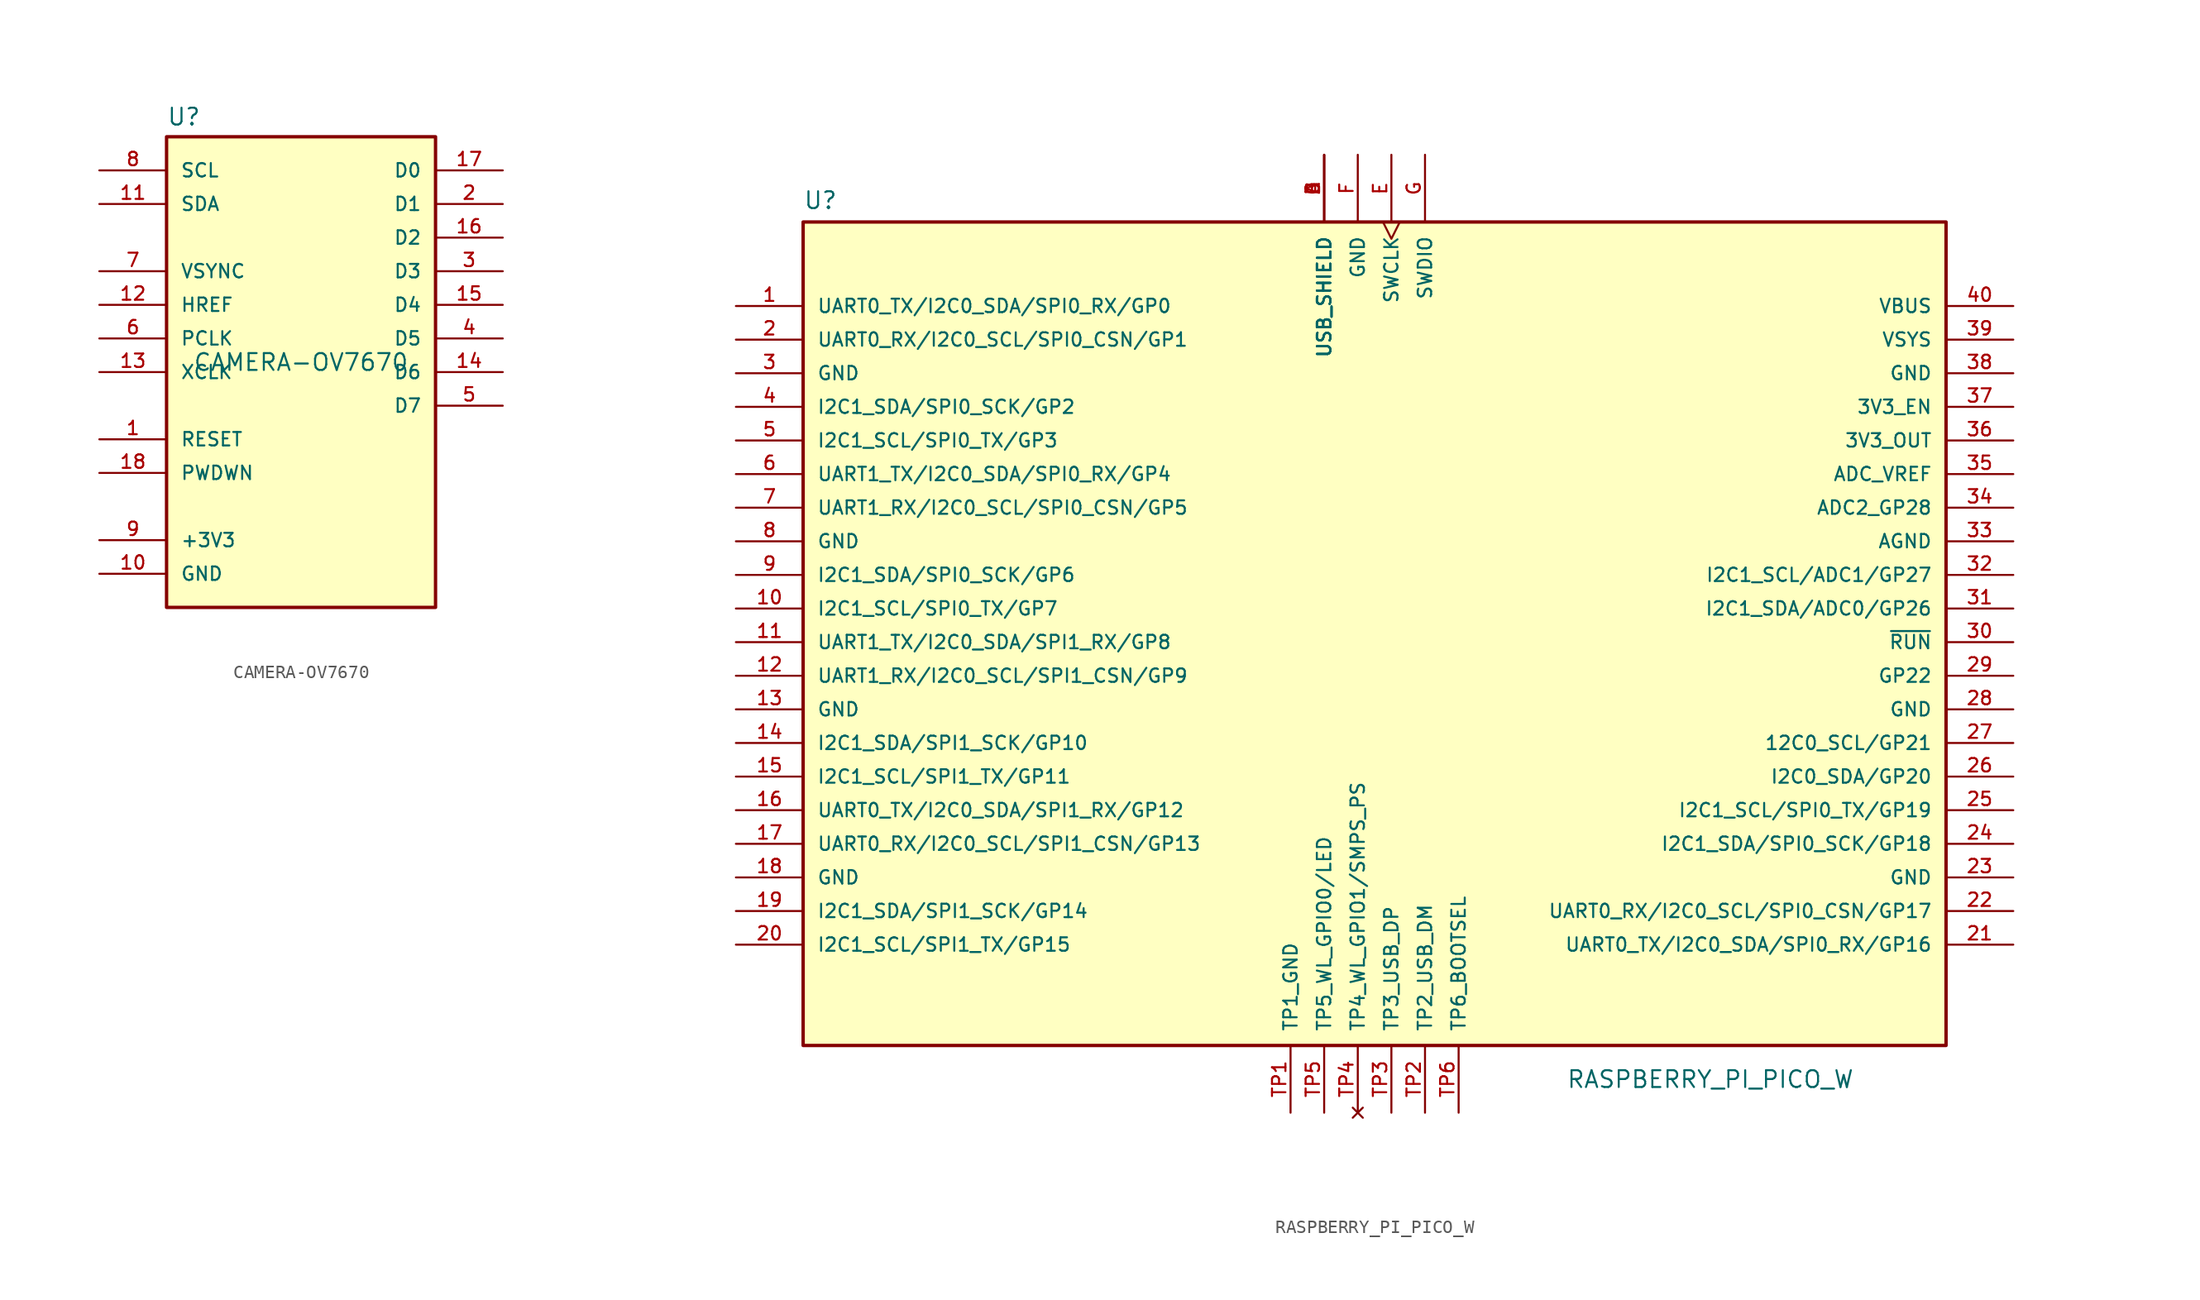
<source format=kicad_sym>
(kicad_symbol_lib
  (version 20231120)
  (generator "kicad_symbol_editor")
  (generator_version "8.0")
  (symbol "CAMERA-OV7670"
    (pin_names
      (offset 1.016))
    (property "Reference" "U"
      (at -10.16 18.542 0)
      (effects (font (size 1.27 1.27)) (justify left bottom)))
    (property "Value" "CAMERA-OV7670"
      (at 0 0 0)
      (effects (font (size 1.27 1.27)) (justify bottom)))
    (symbol "CAMERA-OV7670_0_0"
      (rectangle (start -10.16 -17.78) (end 10.16 17.78) (stroke (width 0.254) (type default)) (fill (type background))))
    (symbol "CAMERA-OV7670_1_0"
      (pin bidirectional line (at -15.24 -5.08 0) (length 5.08) (name "RESET" (effects (font (size 1.016 1.016)))) (number "1" (effects (font (size 1.016 1.016)))))
      (pin power_in line (at -15.24 -15.24 0) (length 5.08) (name "GND" (effects (font (size 1.016 1.016)))) (number "10" (effects (font (size 1.016 1.016)))))
      (pin bidirectional line (at -15.24 12.7 0) (length 5.08) (name "SDA" (effects (font (size 1.016 1.016)))) (number "11" (effects (font (size 1.016 1.016)))))
      (pin bidirectional line (at -15.24 5.08 0) (length 5.08) (name "HREF" (effects (font (size 1.016 1.016)))) (number "12" (effects (font (size 1.016 1.016)))))
      (pin bidirectional line (at -15.24 0 0) (length 5.08) (name "XCLK" (effects (font (size 1.016 1.016)))) (number "13" (effects (font (size 1.016 1.016)))))
      (pin bidirectional line (at 15.24 0 180) (length 5.08) (name "D6" (effects (font (size 1.016 1.016)))) (number "14" (effects (font (size 1.016 1.016)))))
      (pin bidirectional line (at 15.24 5.08 180) (length 5.08) (name "D4" (effects (font (size 1.016 1.016)))) (number "15" (effects (font (size 1.016 1.016)))))
      (pin bidirectional line (at 15.24 10.16 180) (length 5.08) (name "D2" (effects (font (size 1.016 1.016)))) (number "16" (effects (font (size 1.016 1.016)))))
      (pin bidirectional line (at 15.24 15.24 180) (length 5.08) (name "D0" (effects (font (size 1.016 1.016)))) (number "17" (effects (font (size 1.016 1.016)))))
      (pin bidirectional line (at -15.24 -7.62 0) (length 5.08) (name "PWDWN" (effects (font (size 1.016 1.016)))) (number "18" (effects (font (size 1.016 1.016)))))
      (pin bidirectional line (at 15.24 12.7 180) (length 5.08) (name "D1" (effects (font (size 1.016 1.016)))) (number "2" (effects (font (size 1.016 1.016)))))
      (pin bidirectional line (at 15.24 7.62 180) (length 5.08) (name "D3" (effects (font (size 1.016 1.016)))) (number "3" (effects (font (size 1.016 1.016)))))
      (pin bidirectional line (at 15.24 2.54 180) (length 5.08) (name "D5" (effects (font (size 1.016 1.016)))) (number "4" (effects (font (size 1.016 1.016)))))
      (pin bidirectional line (at 15.24 -2.54 180) (length 5.08) (name "D7" (effects (font (size 1.016 1.016)))) (number "5" (effects (font (size 1.016 1.016)))))
      (pin bidirectional line (at -15.24 2.54 0) (length 5.08) (name "PCLK" (effects (font (size 1.016 1.016)))) (number "6" (effects (font (size 1.016 1.016)))))
      (pin bidirectional line (at -15.24 7.62 0) (length 5.08) (name "VSYNC" (effects (font (size 1.016 1.016)))) (number "7" (effects (font (size 1.016 1.016)))))
      (pin bidirectional line (at -15.24 15.24 0) (length 5.08) (name "SCL" (effects (font (size 1.016 1.016)))) (number "8" (effects (font (size 1.016 1.016)))))
      (pin power_in line (at -15.24 -12.7 0) (length 5.08) (name "+3V3" (effects (font (size 1.016 1.016)))) (number "9" (effects (font (size 1.016 1.016)))))))
  (symbol "RASPBERRY_PI_PICO_W"
    (pin_names
      (offset 1.016))
    (property "Reference" "U"
      (at -43.18 32.639 0)
      (effects (font (size 1.27 1.27)) (justify left bottom)))
    (property "Value" "RASPBERRY_PI_PICO_W"
      (at 14.478 -33.782 0)
      (effects (font (size 1.27 1.27)) (justify left bottom)))
    (symbol "RASPBERRY_PI_PICO_W_0_0"
      (rectangle (start -43.18 31.75) (end 43.18 -30.48) (stroke (width 0.254) (type default)) (fill (type background)))
      (pin bidirectional line (at -48.26 25.4 0) (length 5.08) (name "UART0_TX/I2C0_SDA/SPI0_RX/GP0" (effects (font (size 1.016 1.016)))) (number "1" (effects (font (size 1.016 1.016)))))
      (pin bidirectional line (at -48.26 2.54 0) (length 5.08) (name "I2C1_SCL/SPI0_TX/GP7" (effects (font (size 1.016 1.016)))) (number "10" (effects (font (size 1.016 1.016)))))
      (pin bidirectional line (at -48.26 0 0) (length 5.08) (name "UART1_TX/I2C0_SDA/SPI1_RX/GP8" (effects (font (size 1.016 1.016)))) (number "11" (effects (font (size 1.016 1.016)))))
      (pin bidirectional line (at -48.26 -2.54 0) (length 5.08) (name "UART1_RX/I2C0_SCL/SPI1_CSN/GP9" (effects (font (size 1.016 1.016)))) (number "12" (effects (font (size 1.016 1.016)))))
      (pin power_in line (at -48.26 -5.08 0) (length 5.08) (name "GND" (effects (font (size 1.016 1.016)))) (number "13" (effects (font (size 1.016 1.016)))))
      (pin bidirectional line (at -48.26 -7.62 0) (length 5.08) (name "I2C1_SDA/SPI1_SCK/GP10" (effects (font (size 1.016 1.016)))) (number "14" (effects (font (size 1.016 1.016)))))
      (pin bidirectional line (at -48.26 -10.16 0) (length 5.08) (name "I2C1_SCL/SPI1_TX/GP11" (effects (font (size 1.016 1.016)))) (number "15" (effects (font (size 1.016 1.016)))))
      (pin bidirectional line (at -48.26 -12.7 0) (length 5.08) (name "UART0_TX/I2C0_SDA/SPI1_RX/GP12" (effects (font (size 1.016 1.016)))) (number "16" (effects (font (size 1.016 1.016)))))
      (pin bidirectional line (at -48.26 -15.24 0) (length 5.08) (name "UART0_RX/I2C0_SCL/SPI1_CSN/GP13" (effects (font (size 1.016 1.016)))) (number "17" (effects (font (size 1.016 1.016)))))
      (pin bidirectional line (at -48.26 -20.32 0) (length 5.08) (name "I2C1_SDA/SPI1_SCK/GP14" (effects (font (size 1.016 1.016)))) (number "19" (effects (font (size 1.016 1.016)))))
      (pin bidirectional line (at -48.26 22.86 0) (length 5.08) (name "UART0_RX/I2C0_SCL/SPI0_CSN/GP1" (effects (font (size 1.016 1.016)))) (number "2" (effects (font (size 1.016 1.016)))))
      (pin bidirectional line (at -48.26 -22.86 0) (length 5.08) (name "I2C1_SCL/SPI1_TX/GP15" (effects (font (size 1.016 1.016)))) (number "20" (effects (font (size 1.016 1.016)))))
      (pin bidirectional line (at 48.26 -22.86 180) (length 5.08) (name "UART0_TX/I2C0_SDA/SPI0_RX/GP16" (effects (font (size 1.016 1.016)))) (number "21" (effects (font (size 1.016 1.016)))))
      (pin bidirectional line (at 48.26 -20.32 180) (length 5.08) (name "UART0_RX/I2C0_SCL/SPI0_CSN/GP17" (effects (font (size 1.016 1.016)))) (number "22" (effects (font (size 1.016 1.016)))))
      (pin power_in line (at 48.26 -17.78 180) (length 5.08) (name "GND" (effects (font (size 1.016 1.016)))) (number "23" (effects (font (size 1.016 1.016)))))
      (pin bidirectional line (at 48.26 -15.24 180) (length 5.08) (name "I2C1_SDA/SPI0_SCK/GP18" (effects (font (size 1.016 1.016)))) (number "24" (effects (font (size 1.016 1.016)))))
      (pin bidirectional line (at 48.26 -12.7 180) (length 5.08) (name "I2C1_SCL/SPI0_TX/GP19" (effects (font (size 1.016 1.016)))) (number "25" (effects (font (size 1.016 1.016)))))
      (pin bidirectional line (at 48.26 -10.16 180) (length 5.08) (name "I2C0_SDA/GP20" (effects (font (size 1.016 1.016)))) (number "26" (effects (font (size 1.016 1.016)))))
      (pin bidirectional line (at 48.26 -7.62 180) (length 5.08) (name "12C0_SCL/GP21" (effects (font (size 1.016 1.016)))) (number "27" (effects (font (size 1.016 1.016)))))
      (pin power_in line (at 48.26 -5.08 180) (length 5.08) (name "GND" (effects (font (size 1.016 1.016)))) (number "28" (effects (font (size 1.016 1.016)))))
      (pin bidirectional line (at 48.26 -2.54 180) (length 5.08) (name "GP22" (effects (font (size 1.016 1.016)))) (number "29" (effects (font (size 1.016 1.016)))))
      (pin power_in line (at -48.26 20.32 0) (length 5.08) (name "GND" (effects (font (size 1.016 1.016)))) (number "3" (effects (font (size 1.016 1.016)))))
      (pin input line (at 48.26 0 180) (length 5.08) (name "~{RUN}" (effects (font (size 1.016 1.016)))) (number "30" (effects (font (size 1.016 1.016)))))
      (pin bidirectional line (at 48.26 2.54 180) (length 5.08) (name "I2C1_SDA/ADC0/GP26" (effects (font (size 1.016 1.016)))) (number "31" (effects (font (size 1.016 1.016)))))
      (pin bidirectional line (at 48.26 5.08 180) (length 5.08) (name "I2C1_SCL/ADC1/GP27" (effects (font (size 1.016 1.016)))) (number "32" (effects (font (size 1.016 1.016)))))
      (pin power_in line (at 48.26 7.62 180) (length 5.08) (name "AGND" (effects (font (size 1.016 1.016)))) (number "33" (effects (font (size 1.016 1.016)))))
      (pin bidirectional line (at 48.26 10.16 180) (length 5.08) (name "ADC2_GP28" (effects (font (size 1.016 1.016)))) (number "34" (effects (font (size 1.016 1.016)))))
      (pin power_in line (at 48.26 12.7 180) (length 5.08) (name "ADC_VREF" (effects (font (size 1.016 1.016)))) (number "35" (effects (font (size 1.016 1.016)))))
      (pin input line (at 48.26 17.78 180) (length 5.08) (name "3V3_EN" (effects (font (size 1.016 1.016)))) (number "37" (effects (font (size 1.016 1.016)))))
      (pin power_in line (at 48.26 20.32 180) (length 5.08) (name "GND" (effects (font (size 1.016 1.016)))) (number "38" (effects (font (size 1.016 1.016)))))
      (pin power_in line (at 48.26 22.86 180) (length 5.08) (name "VSYS" (effects (font (size 1.016 1.016)))) (number "39" (effects (font (size 1.016 1.016)))))
      (pin bidirectional line (at -48.26 17.78 0) (length 5.08) (name "I2C1_SDA/SPI0_SCK/GP2" (effects (font (size 1.016 1.016)))) (number "4" (effects (font (size 1.016 1.016)))))
      (pin power_in line (at 48.26 25.4 180) (length 5.08) (name "VBUS" (effects (font (size 1.016 1.016)))) (number "40" (effects (font (size 1.016 1.016)))))
      (pin bidirectional line (at -48.26 15.24 0) (length 5.08) (name "I2C1_SCL/SPI0_TX/GP3" (effects (font (size 1.016 1.016)))) (number "5" (effects (font (size 1.016 1.016)))))
      (pin bidirectional line (at -48.26 12.7 0) (length 5.08) (name "UART1_TX/I2C0_SDA/SPI0_RX/GP4" (effects (font (size 1.016 1.016)))) (number "6" (effects (font (size 1.016 1.016)))))
      (pin bidirectional line (at -48.26 10.16 0) (length 5.08) (name "UART1_RX/I2C0_SCL/SPI0_CSN/GP5" (effects (font (size 1.016 1.016)))) (number "7" (effects (font (size 1.016 1.016)))))
      (pin power_in line (at -48.26 7.62 0) (length 5.08) (name "GND" (effects (font (size 1.016 1.016)))) (number "8" (effects (font (size 1.016 1.016)))))
      (pin bidirectional line (at -48.26 5.08 0) (length 5.08) (name "I2C1_SDA/SPI0_SCK/GP6" (effects (font (size 1.016 1.016)))) (number "9" (effects (font (size 1.016 1.016)))))
      (pin power_in line (at -3.81 36.83 270) (length 5.08) (name "USB_SHIELD" (effects (font (size 1.016 1.016)))) (number "A" (effects (font (size 1.016 1.016)))))
      (pin power_in line (at -3.81 36.83 270) (length 5.08) (name "USB_SHIELD" (effects (font (size 1.016 1.016)))) (number "B" (effects (font (size 1.016 1.016)))))
      (pin power_in line (at -3.81 36.83 270) (length 5.08) (name "USB_SHIELD" (effects (font (size 1.016 1.016)))) (number "C" (effects (font (size 1.016 1.016)))))
      (pin power_in line (at -3.81 36.83 270) (length 5.08) (name "USB_SHIELD" (effects (font (size 1.016 1.016)))) (number "D" (effects (font (size 1.016 1.016)))))
      (pin input clock (at 1.27 36.83 270) (length 5.08) (name "SWCLK" (effects (font (size 1.016 1.016)))) (number "E" (effects (font (size 1.016 1.016)))))
      (pin power_in line (at -1.27 36.83 270) (length 5.08) (name "GND" (effects (font (size 1.016 1.016)))) (number "F" (effects (font (size 1.016 1.016)))))
      (pin bidirectional line (at 3.81 36.83 270) (length 5.08) (name "SWDIO" (effects (font (size 1.016 1.016)))) (number "G" (effects (font (size 1.016 1.016)))))
      (pin power_in line (at -6.35 -35.56 90) (length 5.08) (name "TP1_GND" (effects (font (size 1.016 1.016)))) (number "TP1" (effects (font (size 1.016 1.016)))))
      (pin bidirectional line (at 3.81 -35.56 90) (length 5.08) (name "TP2_USB_DM" (effects (font (size 1.016 1.016)))) (number "TP2" (effects (font (size 1.016 1.016)))))
      (pin bidirectional line (at 1.27 -35.56 90) (length 5.08) (name "TP3_USB_DP" (effects (font (size 1.016 1.016)))) (number "TP3" (effects (font (size 1.016 1.016)))))
      (pin no_connect line (at -1.27 -35.56 90) (length 5.08) (name "TP4_WL_GPIO1/SMPS_PS" (effects (font (size 1.016 1.016)))) (number "TP4" (effects (font (size 1.016 1.016)))))
      (pin bidirectional line (at -3.81 -35.56 90) (length 5.08) (name "TP5_WL_GPIO0/LED" (effects (font (size 1.016 1.016)))) (number "TP5" (effects (font (size 1.016 1.016)))))
      (pin input line (at 6.35 -35.56 90) (length 5.08) (name "TP6_BOOTSEL" (effects (font (size 1.016 1.016)))) (number "TP6" (effects (font (size 1.016 1.016))))))
    (symbol "RASPBERRY_PI_PICO_W_1_0"
      (pin power_out line (at -48.26 -17.78 0) (length 5.08) (name "GND" (effects (font (size 1.016 1.016)))) (number "18" (effects (font (size 1.016 1.016)))))
      (pin power_out line (at 48.26 15.24 180) (length 5.08) (name "3V3_OUT" (effects (font (size 1.016 1.016)))) (number "36" (effects (font (size 1.016 1.016))))))))
</source>
